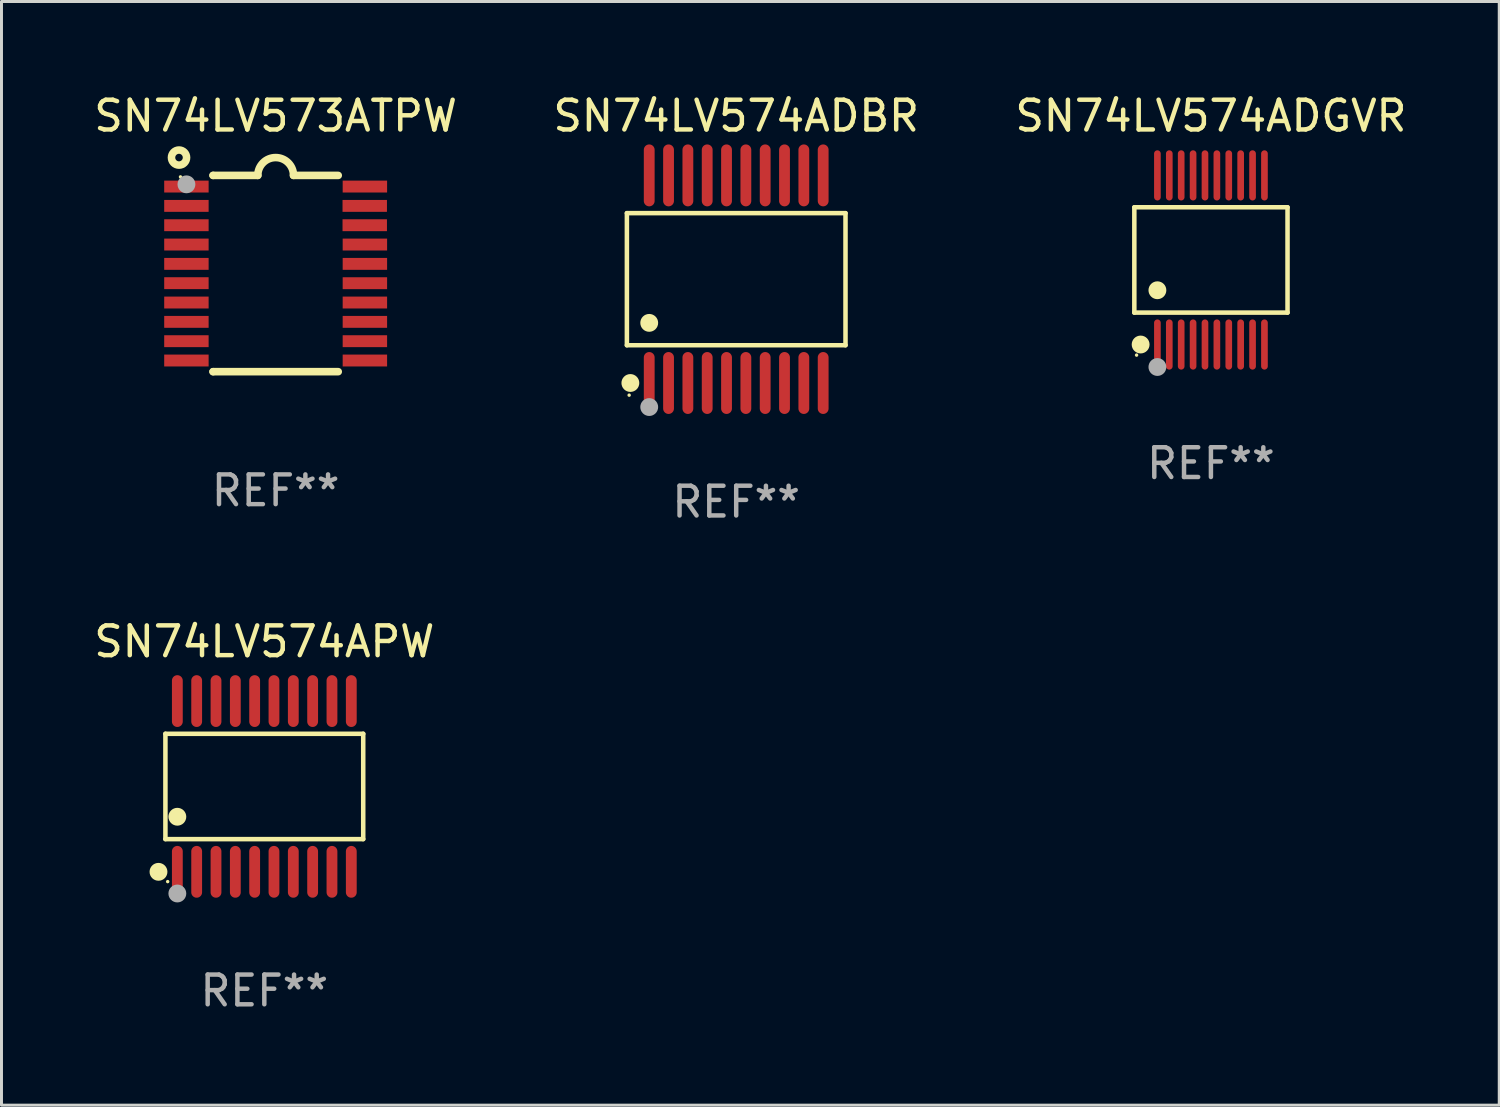
<source format=kicad_pcb>
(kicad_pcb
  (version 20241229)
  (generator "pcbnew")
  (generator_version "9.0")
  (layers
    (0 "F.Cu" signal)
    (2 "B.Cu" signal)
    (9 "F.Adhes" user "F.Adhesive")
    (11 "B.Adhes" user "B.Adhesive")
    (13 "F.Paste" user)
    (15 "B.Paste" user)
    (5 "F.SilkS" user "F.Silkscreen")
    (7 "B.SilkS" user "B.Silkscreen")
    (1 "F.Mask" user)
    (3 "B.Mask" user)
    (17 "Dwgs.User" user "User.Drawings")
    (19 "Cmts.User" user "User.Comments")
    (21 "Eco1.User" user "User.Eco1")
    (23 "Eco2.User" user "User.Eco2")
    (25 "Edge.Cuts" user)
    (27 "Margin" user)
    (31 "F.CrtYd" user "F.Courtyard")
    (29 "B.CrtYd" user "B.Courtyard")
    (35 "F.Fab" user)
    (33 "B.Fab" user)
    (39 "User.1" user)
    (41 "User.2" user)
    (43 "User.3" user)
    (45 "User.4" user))
  (footprint "SN74LV574APW"
    (layer "F.Cu")
    (at 5.839 23.398)
    (property "Reference" "SN74LV574APW" (at 0 -4.871 0) (layer "F.SilkS") (effects (font (size 1 1) (thickness 0.15))))
    (attr through_hole)
    (fp_line (start -3.326 -1.771) (end 3.326 -1.771) (stroke (width 0.152) (type solid)) (layer "F.SilkS"))
    (fp_line (start -3.326 1.771) (end -3.326 -1.771) (stroke (width 0.152) (type solid)) (layer "F.SilkS"))
    (fp_line (start 3.326 -1.771) (end 3.326 1.771) (stroke (width 0.152) (type solid)) (layer "F.SilkS"))
    (fp_line (start 3.326 1.771) (end -3.326 1.771) (stroke (width 0.152) (type solid)) (layer "F.SilkS"))
    (fp_circle (center -3.559 2.871) (end -3.409 2.871) (stroke (width 0.3) (type solid)) (fill no) (layer "F.SilkS"))
    (fp_circle (center -3.25 3.2) (end -3.22 3.2) (stroke (width 0.06) (type solid)) (fill no) (layer "F.SilkS"))
    (fp_circle (center -2.925 1.019) (end -2.775 1.019) (stroke (width 0.3) (type solid)) (fill no) (layer "F.SilkS"))
    (fp_circle (center -2.925 3.6) (end -2.775 3.6) (stroke (width 0.3) (type solid)) (fill no) (layer "F.Fab"))
    (fp_text user "REF**" (at 0 6.871 0) (layer "F.Fab") (effects (font (size 1 1) (thickness 0.15))))
    (pad "1" smd oval (at -2.925 2.871) (size 0.364 1.742) (layers "F.Cu" "F.Mask" "F.Paste"))
    (pad "2" smd oval (at -2.275 2.871) (size 0.364 1.742) (layers "F.Cu" "F.Mask" "F.Paste"))
    (pad "3" smd oval (at -1.625 2.871) (size 0.364 1.742) (layers "F.Cu" "F.Mask" "F.Paste"))
    (pad "4" smd oval (at -0.975 2.871) (size 0.364 1.742) (layers "F.Cu" "F.Mask" "F.Paste"))
    (pad "5" smd oval (at -0.325 2.871) (size 0.364 1.742) (layers "F.Cu" "F.Mask" "F.Paste"))
    (pad "6" smd oval (at 0.325 2.871) (size 0.364 1.742) (layers "F.Cu" "F.Mask" "F.Paste"))
    (pad "7" smd oval (at 0.975 2.871) (size 0.364 1.742) (layers "F.Cu" "F.Mask" "F.Paste"))
    (pad "8" smd oval (at 1.625 2.871) (size 0.364 1.742) (layers "F.Cu" "F.Mask" "F.Paste"))
    (pad "9" smd oval (at 2.275 2.871) (size 0.364 1.742) (layers "F.Cu" "F.Mask" "F.Paste"))
    (pad "10" smd oval (at 2.925 2.871) (size 0.364 1.742) (layers "F.Cu" "F.Mask" "F.Paste"))
    (pad "11" smd oval (at 2.925 -2.871) (size 0.364 1.742) (layers "F.Cu" "F.Mask" "F.Paste"))
    (pad "12" smd oval (at 2.275 -2.871) (size 0.364 1.742) (layers "F.Cu" "F.Mask" "F.Paste"))
    (pad "13" smd oval (at 1.625 -2.871) (size 0.364 1.742) (layers "F.Cu" "F.Mask" "F.Paste"))
    (pad "14" smd oval (at 0.975 -2.871) (size 0.364 1.742) (layers "F.Cu" "F.Mask" "F.Paste"))
    (pad "15" smd oval (at 0.325 -2.871) (size 0.364 1.742) (layers "F.Cu" "F.Mask" "F.Paste"))
    (pad "16" smd oval (at -0.325 -2.871) (size 0.364 1.742) (layers "F.Cu" "F.Mask" "F.Paste"))
    (pad "17" smd oval (at -0.975 -2.871) (size 0.364 1.742) (layers "F.Cu" "F.Mask" "F.Paste"))
    (pad "18" smd oval (at -1.625 -2.871) (size 0.364 1.742) (layers "F.Cu" "F.Mask" "F.Paste"))
    (pad "19" smd oval (at -2.275 -2.871) (size 0.364 1.742) (layers "F.Cu" "F.Mask" "F.Paste"))
    (pad "20" smd oval (at -2.925 -2.871) (size 0.364 1.742) (layers "F.Cu" "F.Mask" "F.Paste")))
  (footprint "SN74LV574ADBR"
    (layer "F.Cu")
    (at 21.708 6.339)
    (property "Reference" "SN74LV574ADBR" (at 0 -5.491 0) (layer "F.SilkS") (effects (font (size 1 1) (thickness 0.15))))
    (attr through_hole)
    (fp_line (start -3.676 -2.221) (end 3.676 -2.221) (stroke (width 0.152) (type solid)) (layer "F.SilkS"))
    (fp_line (start -3.676 2.221) (end -3.676 -2.221) (stroke (width 0.152) (type solid)) (layer "F.SilkS"))
    (fp_line (start 3.676 -2.221) (end 3.676 2.221) (stroke (width 0.152) (type solid)) (layer "F.SilkS"))
    (fp_line (start 3.676 2.221) (end -3.676 2.221) (stroke (width 0.152) (type solid)) (layer "F.SilkS"))
    (fp_circle (center -3.6 3.9) (end -3.57 3.9) (stroke (width 0.06) (type solid)) (fill no) (layer "F.SilkS"))
    (fp_circle (center -3.559 3.491) (end -3.409 3.491) (stroke (width 0.3) (type solid)) (fill no) (layer "F.SilkS"))
    (fp_circle (center -2.925 1.469) (end -2.775 1.469) (stroke (width 0.3) (type solid)) (fill no) (layer "F.SilkS"))
    (fp_circle (center -2.925 4.3) (end -2.775 4.3) (stroke (width 0.3) (type solid)) (fill no) (layer "F.Fab"))
    (fp_text user "REF**" (at 0 7.491 0) (layer "F.Fab") (effects (font (size 1 1) (thickness 0.15))))
    (pad "1" smd oval (at -2.925 3.491) (size 0.364 2.082) (layers "F.Cu" "F.Mask" "F.Paste"))
    (pad "2" smd oval (at -2.275 3.491) (size 0.364 2.082) (layers "F.Cu" "F.Mask" "F.Paste"))
    (pad "3" smd oval (at -1.625 3.491) (size 0.364 2.082) (layers "F.Cu" "F.Mask" "F.Paste"))
    (pad "4" smd oval (at -0.975 3.491) (size 0.364 2.082) (layers "F.Cu" "F.Mask" "F.Paste"))
    (pad "5" smd oval (at -0.325 3.491) (size 0.364 2.082) (layers "F.Cu" "F.Mask" "F.Paste"))
    (pad "6" smd oval (at 0.325 3.491) (size 0.364 2.082) (layers "F.Cu" "F.Mask" "F.Paste"))
    (pad "7" smd oval (at 0.975 3.491) (size 0.364 2.082) (layers "F.Cu" "F.Mask" "F.Paste"))
    (pad "8" smd oval (at 1.625 3.491) (size 0.364 2.082) (layers "F.Cu" "F.Mask" "F.Paste"))
    (pad "9" smd oval (at 2.275 3.491) (size 0.364 2.082) (layers "F.Cu" "F.Mask" "F.Paste"))
    (pad "10" smd oval (at 2.925 3.491) (size 0.364 2.082) (layers "F.Cu" "F.Mask" "F.Paste"))
    (pad "11" smd oval (at 2.925 -3.491) (size 0.364 2.082) (layers "F.Cu" "F.Mask" "F.Paste"))
    (pad "12" smd oval (at 2.275 -3.491) (size 0.364 2.082) (layers "F.Cu" "F.Mask" "F.Paste"))
    (pad "13" smd oval (at 1.625 -3.491) (size 0.364 2.082) (layers "F.Cu" "F.Mask" "F.Paste"))
    (pad "14" smd oval (at 0.975 -3.491) (size 0.364 2.082) (layers "F.Cu" "F.Mask" "F.Paste"))
    (pad "15" smd oval (at 0.325 -3.491) (size 0.364 2.082) (layers "F.Cu" "F.Mask" "F.Paste"))
    (pad "16" smd oval (at -0.325 -3.491) (size 0.364 2.082) (layers "F.Cu" "F.Mask" "F.Paste"))
    (pad "17" smd oval (at -0.975 -3.491) (size 0.364 2.082) (layers "F.Cu" "F.Mask" "F.Paste"))
    (pad "18" smd oval (at -1.625 -3.491) (size 0.364 2.082) (layers "F.Cu" "F.Mask" "F.Paste"))
    (pad "19" smd oval (at -2.275 -3.491) (size 0.364 2.082) (layers "F.Cu" "F.Mask" "F.Paste"))
    (pad "20" smd oval (at -2.925 -3.491) (size 0.364 2.082) (layers "F.Cu" "F.Mask" "F.Paste")))
  (footprint "SN74LV574ADGVR"
    (layer "F.Cu")
    (at 37.673 5.692)
    (property "Reference" "SN74LV574ADGVR" (at 0 -4.844 0) (layer "F.SilkS") (effects (font (size 1 1) (thickness 0.15))))
    (attr through_hole)
    (fp_line (start -2.576 -1.771) (end 2.576 -1.771) (stroke (width 0.152) (type solid)) (layer "F.SilkS"))
    (fp_line (start -2.576 1.771) (end -2.576 -1.771) (stroke (width 0.152) (type solid)) (layer "F.SilkS"))
    (fp_line (start 2.576 -1.771) (end 2.576 1.771) (stroke (width 0.152) (type solid)) (layer "F.SilkS"))
    (fp_line (start 2.576 1.771) (end -2.576 1.771) (stroke (width 0.152) (type solid)) (layer "F.SilkS"))
    (fp_circle (center -2.5 3.2) (end -2.47 3.2) (stroke (width 0.06) (type solid)) (fill no) (layer "F.SilkS"))
    (fp_circle (center -2.364 2.844) (end -2.214 2.844) (stroke (width 0.3) (type solid)) (fill no) (layer "F.SilkS"))
    (fp_circle (center -1.8 1.019) (end -1.65 1.019) (stroke (width 0.3) (type solid)) (fill no) (layer "F.SilkS"))
    (fp_circle (center -1.8 3.6) (end -1.65 3.6) (stroke (width 0.3) (type solid)) (fill no) (layer "F.Fab"))
    (fp_text user "REF**" (at 0 6.844 0) (layer "F.Fab") (effects (font (size 1 1) (thickness 0.15))))
    (pad "1" smd oval (at -1.8 2.844) (size 0.224 1.687) (layers "F.Cu" "F.Mask" "F.Paste"))
    (pad "2" smd oval (at -1.4 2.844) (size 0.224 1.687) (layers "F.Cu" "F.Mask" "F.Paste"))
    (pad "3" smd oval (at -1 2.844) (size 0.224 1.687) (layers "F.Cu" "F.Mask" "F.Paste"))
    (pad "4" smd oval (at -0.6 2.844) (size 0.224 1.687) (layers "F.Cu" "F.Mask" "F.Paste"))
    (pad "5" smd oval (at -0.2 2.844) (size 0.224 1.687) (layers "F.Cu" "F.Mask" "F.Paste"))
    (pad "6" smd oval (at 0.2 2.844) (size 0.224 1.687) (layers "F.Cu" "F.Mask" "F.Paste"))
    (pad "7" smd oval (at 0.6 2.844) (size 0.224 1.687) (layers "F.Cu" "F.Mask" "F.Paste"))
    (pad "8" smd oval (at 1 2.844) (size 0.224 1.687) (layers "F.Cu" "F.Mask" "F.Paste"))
    (pad "9" smd oval (at 1.4 2.844) (size 0.224 1.687) (layers "F.Cu" "F.Mask" "F.Paste"))
    (pad "10" smd oval (at 1.8 2.844) (size 0.224 1.687) (layers "F.Cu" "F.Mask" "F.Paste"))
    (pad "11" smd oval (at 1.8 -2.844) (size 0.224 1.687) (layers "F.Cu" "F.Mask" "F.Paste"))
    (pad "12" smd oval (at 1.4 -2.844) (size 0.224 1.687) (layers "F.Cu" "F.Mask" "F.Paste"))
    (pad "13" smd oval (at 1 -2.844) (size 0.224 1.687) (layers "F.Cu" "F.Mask" "F.Paste"))
    (pad "14" smd oval (at 0.6 -2.844) (size 0.224 1.687) (layers "F.Cu" "F.Mask" "F.Paste"))
    (pad "15" smd oval (at 0.2 -2.844) (size 0.224 1.687) (layers "F.Cu" "F.Mask" "F.Paste"))
    (pad "16" smd oval (at -0.2 -2.844) (size 0.224 1.687) (layers "F.Cu" "F.Mask" "F.Paste"))
    (pad "17" smd oval (at -0.6 -2.844) (size 0.224 1.687) (layers "F.Cu" "F.Mask" "F.Paste"))
    (pad "18" smd oval (at -1 -2.844) (size 0.224 1.687) (layers "F.Cu" "F.Mask" "F.Paste"))
    (pad "19" smd oval (at -1.4 -2.844) (size 0.224 1.687) (layers "F.Cu" "F.Mask" "F.Paste"))
    (pad "20" smd oval (at -1.8 -2.844) (size 0.224 1.687) (layers "F.Cu" "F.Mask" "F.Paste")))
  (footprint "SN74LV573ATPW"
    (layer "F.Cu")
    (at 6.22 6.149)
    (property "Reference" "SN74LV573ATPW" (at 0 -5.3 0) (layer "F.SilkS") (effects (font (size 1 1) (thickness 0.15))))
    (attr through_hole)
    (fp_line (start -2.105 -3.3) (end -2.105 -3.3) (stroke (width 0.254) (type solid)) (layer "F.SilkS"))
    (fp_line (start -2.105 -3.3) (end -0.6 -3.3) (stroke (width 0.254) (type solid)) (layer "F.SilkS"))
    (fp_line (start -2.105 3.3) (end -2.105 3.3) (stroke (width 0.254) (type solid)) (layer "F.SilkS"))
    (fp_line (start 0.6 -3.3) (end 2.105 -3.3) (stroke (width 0.254) (type solid)) (layer "F.SilkS"))
    (fp_line (start 2.105 3.3) (end -2.105 3.3) (stroke (width 0.254) (type solid)) (layer "F.SilkS"))
    (fp_arc (start -0.599924 -3.300026) (mid 0.000114 -3.897415) (end 0.600152 -3.300025) (stroke (width 0.254001) (type solid)) (layer "F.SilkS"))
    (fp_circle (center -3.25 -3.9) (end -2.996 -3.9) (stroke (width 0.254) (type solid)) (fill no) (layer "F.SilkS"))
    (fp_circle (center -3.2 -3.25) (end -3.17 -3.25) (stroke (width 0.06) (type solid)) (fill no) (layer "F.SilkS"))
    (fp_circle (center -3 -3) (end -2.85 -3) (stroke (width 0.3) (type solid)) (fill no) (layer "F.Fab"))
    (fp_text user "REF**" (at 0 7.3 0) (layer "F.Fab") (effects (font (size 1 1) (thickness 0.15))))
    (pad "1" smd rect (at -3.001 -2.925 270) (size 0.4 1.494) (layers "F.Cu" "F.Mask" "F.Paste"))
    (pad "2" smd rect (at -3.001 -2.275 270) (size 0.4 1.494) (layers "F.Cu" "F.Mask" "F.Paste"))
    (pad "3" smd rect (at -3.001 -1.625 270) (size 0.4 1.494) (layers "F.Cu" "F.Mask" "F.Paste"))
    (pad "4" smd rect (at -3.001 -0.975 270) (size 0.4 1.494) (layers "F.Cu" "F.Mask" "F.Paste"))
    (pad "5" smd rect (at -3.001 -0.325 270) (size 0.4 1.494) (layers "F.Cu" "F.Mask" "F.Paste"))
    (pad "6" smd rect (at -3.001 0.324 270) (size 0.4 1.494) (layers "F.Cu" "F.Mask" "F.Paste"))
    (pad "7" smd rect (at -3.001 0.975 270) (size 0.4 1.494) (layers "F.Cu" "F.Mask" "F.Paste"))
    (pad "8" smd rect (at -3.001 1.625 270) (size 0.4 1.494) (layers "F.Cu" "F.Mask" "F.Paste"))
    (pad "9" smd rect (at -3.001 2.275 270) (size 0.4 1.494) (layers "F.Cu" "F.Mask" "F.Paste"))
    (pad "10" smd rect (at -3.001 2.925 270) (size 0.4 1.494) (layers "F.Cu" "F.Mask" "F.Paste"))
    (pad "11" smd rect (at 3.001 2.925 270) (size 0.4 1.494) (layers "F.Cu" "F.Mask" "F.Paste"))
    (pad "12" smd rect (at 3.001 2.275 270) (size 0.4 1.494) (layers "F.Cu" "F.Mask" "F.Paste"))
    (pad "13" smd rect (at 3.001 1.625 270) (size 0.4 1.494) (layers "F.Cu" "F.Mask" "F.Paste"))
    (pad "14" smd rect (at 3.001 0.975 270) (size 0.4 1.494) (layers "F.Cu" "F.Mask" "F.Paste"))
    (pad "15" smd rect (at 3.001 0.325 270) (size 0.4 1.494) (layers "F.Cu" "F.Mask" "F.Paste"))
    (pad "16" smd rect (at 3.001 -0.325 270) (size 0.4 1.494) (layers "F.Cu" "F.Mask" "F.Paste"))
    (pad "17" smd rect (at 3.001 -0.975 270) (size 0.4 1.494) (layers "F.Cu" "F.Mask" "F.Paste"))
    (pad "18" smd rect (at 2.996 -1.625 270) (size 0.4 1.494) (layers "F.Cu" "F.Mask" "F.Paste"))
    (pad "19" smd rect (at 2.996 -2.275 270) (size 0.4 1.494) (layers "F.Cu" "F.Mask" "F.Paste"))
    (pad "20" smd rect (at 3.001 -2.925 270) (size 0.4 1.494) (layers "F.Cu" "F.Mask" "F.Paste")))
  (gr_rect
    (start -3 -3)
    (end 47.369 34.117)
    (stroke (width 0.1) (type default))
    (fill no)
    (layer "Edge.Cuts")))
</source>
